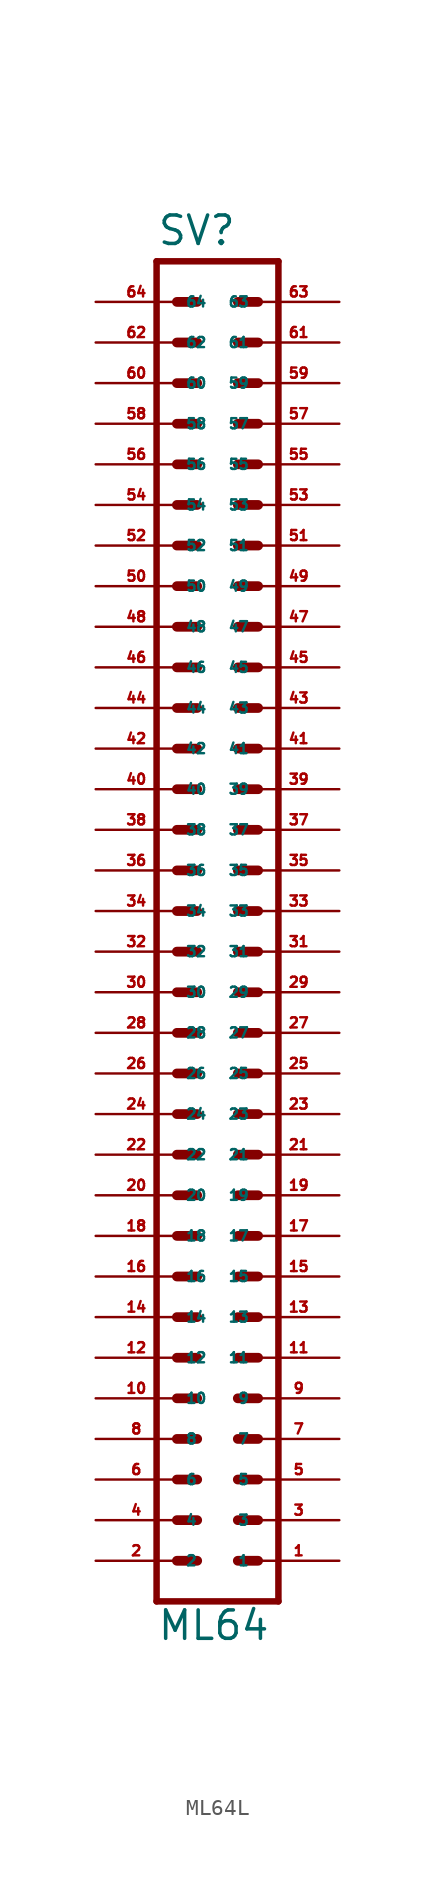
<source format=kicad_sym>
(kicad_symbol_lib
  (version 20220914)
  (generator Eagle2Kicad)
  (symbol "ML64L"
    (property "Reference" "SV"
      (at -3.81 44.069 0)
      (effects (font (size 1.778 1.778) (thickness 0.22)) (justify left bottom)))
    (property "Value" "ML64"
      (at -3.81 -43.18 0)
      (effects (font (size 1.778 1.778) (thickness 0.22)) (justify left bottom)))
    (polyline
      (pts (xy 3.81 -40.64) (xy -3.81 -40.64))
      (stroke (width 0.406) (type default))
      (fill (type none)))
    (polyline
      (pts (xy -3.81 43.18) (xy -3.81 -40.64))
      (stroke (width 0.406) (type default))
      (fill (type none)))
    (polyline
      (pts (xy -3.81 43.18) (xy 3.81 43.18))
      (stroke (width 0.406) (type default))
      (fill (type none)))
    (polyline
      (pts (xy 3.81 -40.64) (xy 3.81 43.18))
      (stroke (width 0.406) (type default))
      (fill (type none)))
    (polyline
      (pts (xy 1.27 -27.94) (xy 2.54 -27.94))
      (stroke (width 0.61) (type default))
      (fill (type none)))
    (polyline
      (pts (xy 1.27 -30.48) (xy 2.54 -30.48))
      (stroke (width 0.61) (type default))
      (fill (type none)))
    (polyline
      (pts (xy 1.27 -33.02) (xy 2.54 -33.02))
      (stroke (width 0.61) (type default))
      (fill (type none)))
    (polyline
      (pts (xy 1.27 -35.56) (xy 2.54 -35.56))
      (stroke (width 0.61) (type default))
      (fill (type none)))
    (polyline
      (pts (xy 1.27 -38.1) (xy 2.54 -38.1))
      (stroke (width 0.61) (type default))
      (fill (type none)))
    (polyline
      (pts (xy -2.54 -27.94) (xy -1.27 -27.94))
      (stroke (width 0.61) (type default))
      (fill (type none)))
    (polyline
      (pts (xy -2.54 -30.48) (xy -1.27 -30.48))
      (stroke (width 0.61) (type default))
      (fill (type none)))
    (polyline
      (pts (xy -2.54 -33.02) (xy -1.27 -33.02))
      (stroke (width 0.61) (type default))
      (fill (type none)))
    (polyline
      (pts (xy -2.54 -35.56) (xy -1.27 -35.56))
      (stroke (width 0.61) (type default))
      (fill (type none)))
    (polyline
      (pts (xy -2.54 -38.1) (xy -1.27 -38.1))
      (stroke (width 0.61) (type default))
      (fill (type none)))
    (polyline
      (pts (xy 1.27 -25.4) (xy 2.54 -25.4))
      (stroke (width 0.61) (type default))
      (fill (type none)))
    (polyline
      (pts (xy 1.27 -22.86) (xy 2.54 -22.86))
      (stroke (width 0.61) (type default))
      (fill (type none)))
    (polyline
      (pts (xy 1.27 -20.32) (xy 2.54 -20.32))
      (stroke (width 0.61) (type default))
      (fill (type none)))
    (polyline
      (pts (xy 1.27 -17.78) (xy 2.54 -17.78))
      (stroke (width 0.61) (type default))
      (fill (type none)))
    (polyline
      (pts (xy 1.27 -15.24) (xy 2.54 -15.24))
      (stroke (width 0.61) (type default))
      (fill (type none)))
    (polyline
      (pts (xy -2.54 -25.4) (xy -1.27 -25.4))
      (stroke (width 0.61) (type default))
      (fill (type none)))
    (polyline
      (pts (xy -2.54 -22.86) (xy -1.27 -22.86))
      (stroke (width 0.61) (type default))
      (fill (type none)))
    (polyline
      (pts (xy -2.54 -20.32) (xy -1.27 -20.32))
      (stroke (width 0.61) (type default))
      (fill (type none)))
    (polyline
      (pts (xy -2.54 -17.78) (xy -1.27 -17.78))
      (stroke (width 0.61) (type default))
      (fill (type none)))
    (polyline
      (pts (xy -2.54 -15.24) (xy -1.27 -15.24))
      (stroke (width 0.61) (type default))
      (fill (type none)))
    (polyline
      (pts (xy 1.27 -12.7) (xy 2.54 -12.7))
      (stroke (width 0.61) (type default))
      (fill (type none)))
    (polyline
      (pts (xy 1.27 -10.16) (xy 2.54 -10.16))
      (stroke (width 0.61) (type default))
      (fill (type none)))
    (polyline
      (pts (xy 1.27 -7.62) (xy 2.54 -7.62))
      (stroke (width 0.61) (type default))
      (fill (type none)))
    (polyline
      (pts (xy -2.54 -12.7) (xy -1.27 -12.7))
      (stroke (width 0.61) (type default))
      (fill (type none)))
    (polyline
      (pts (xy -2.54 -10.16) (xy -1.27 -10.16))
      (stroke (width 0.61) (type default))
      (fill (type none)))
    (polyline
      (pts (xy -2.54 -7.62) (xy -1.27 -7.62))
      (stroke (width 0.61) (type default))
      (fill (type none)))
    (polyline
      (pts (xy 1.27 -5.08) (xy 2.54 -5.08))
      (stroke (width 0.61) (type default))
      (fill (type none)))
    (polyline
      (pts (xy 1.27 -2.54) (xy 2.54 -2.54))
      (stroke (width 0.61) (type default))
      (fill (type none)))
    (polyline
      (pts (xy 1.27 0) (xy 2.54 0))
      (stroke (width 0.61) (type default))
      (fill (type none)))
    (polyline
      (pts (xy 1.27 2.54) (xy 2.54 2.54))
      (stroke (width 0.61) (type default))
      (fill (type none)))
    (polyline
      (pts (xy 1.27 5.08) (xy 2.54 5.08))
      (stroke (width 0.61) (type default))
      (fill (type none)))
    (polyline
      (pts (xy 1.27 7.62) (xy 2.54 7.62))
      (stroke (width 0.61) (type default))
      (fill (type none)))
    (polyline
      (pts (xy 1.27 10.16) (xy 2.54 10.16))
      (stroke (width 0.61) (type default))
      (fill (type none)))
    (polyline
      (pts (xy -2.54 -5.08) (xy -1.27 -5.08))
      (stroke (width 0.61) (type default))
      (fill (type none)))
    (polyline
      (pts (xy -2.54 -2.54) (xy -1.27 -2.54))
      (stroke (width 0.61) (type default))
      (fill (type none)))
    (polyline
      (pts (xy -2.54 0) (xy -1.27 0))
      (stroke (width 0.61) (type default))
      (fill (type none)))
    (polyline
      (pts (xy -2.54 2.54) (xy -1.27 2.54))
      (stroke (width 0.61) (type default))
      (fill (type none)))
    (polyline
      (pts (xy -2.54 5.08) (xy -1.27 5.08))
      (stroke (width 0.61) (type default))
      (fill (type none)))
    (polyline
      (pts (xy -2.54 7.62) (xy -1.27 7.62))
      (stroke (width 0.61) (type default))
      (fill (type none)))
    (polyline
      (pts (xy -2.54 10.16) (xy -1.27 10.16))
      (stroke (width 0.61) (type default))
      (fill (type none)))
    (polyline
      (pts (xy -2.54 12.7) (xy -1.27 12.7))
      (stroke (width 0.61) (type default))
      (fill (type none)))
    (polyline
      (pts (xy -2.54 15.24) (xy -1.27 15.24))
      (stroke (width 0.61) (type default))
      (fill (type none)))
    (polyline
      (pts (xy -2.54 17.78) (xy -1.27 17.78))
      (stroke (width 0.61) (type default))
      (fill (type none)))
    (polyline
      (pts (xy 1.27 12.7) (xy 2.54 12.7))
      (stroke (width 0.61) (type default))
      (fill (type none)))
    (polyline
      (pts (xy 1.27 15.24) (xy 2.54 15.24))
      (stroke (width 0.61) (type default))
      (fill (type none)))
    (polyline
      (pts (xy 1.27 17.78) (xy 2.54 17.78))
      (stroke (width 0.61) (type default))
      (fill (type none)))
    (polyline
      (pts (xy -2.54 20.32) (xy -1.27 20.32))
      (stroke (width 0.61) (type default))
      (fill (type none)))
    (polyline
      (pts (xy -2.54 22.86) (xy -1.27 22.86))
      (stroke (width 0.61) (type default))
      (fill (type none)))
    (polyline
      (pts (xy 1.27 20.32) (xy 2.54 20.32))
      (stroke (width 0.61) (type default))
      (fill (type none)))
    (polyline
      (pts (xy 1.27 22.86) (xy 2.54 22.86))
      (stroke (width 0.61) (type default))
      (fill (type none)))
    (polyline
      (pts (xy -2.54 25.4) (xy -1.27 25.4))
      (stroke (width 0.61) (type default))
      (fill (type none)))
    (polyline
      (pts (xy -2.54 27.94) (xy -1.27 27.94))
      (stroke (width 0.61) (type default))
      (fill (type none)))
    (polyline
      (pts (xy -2.54 30.48) (xy -1.27 30.48))
      (stroke (width 0.61) (type default))
      (fill (type none)))
    (polyline
      (pts (xy -2.54 33.02) (xy -1.27 33.02))
      (stroke (width 0.61) (type default))
      (fill (type none)))
    (polyline
      (pts (xy -2.54 35.56) (xy -1.27 35.56))
      (stroke (width 0.61) (type default))
      (fill (type none)))
    (polyline
      (pts (xy -2.54 38.1) (xy -1.27 38.1))
      (stroke (width 0.61) (type default))
      (fill (type none)))
    (polyline
      (pts (xy -2.54 40.64) (xy -1.27 40.64))
      (stroke (width 0.61) (type default))
      (fill (type none)))
    (polyline
      (pts (xy 1.27 25.4) (xy 2.54 25.4))
      (stroke (width 0.61) (type default))
      (fill (type none)))
    (polyline
      (pts (xy 1.27 27.94) (xy 2.54 27.94))
      (stroke (width 0.61) (type default))
      (fill (type none)))
    (polyline
      (pts (xy 1.27 30.48) (xy 2.54 30.48))
      (stroke (width 0.61) (type default))
      (fill (type none)))
    (polyline
      (pts (xy 1.27 33.02) (xy 2.54 33.02))
      (stroke (width 0.61) (type default))
      (fill (type none)))
    (polyline
      (pts (xy 1.27 35.56) (xy 2.54 35.56))
      (stroke (width 0.61) (type default))
      (fill (type none)))
    (polyline
      (pts (xy 1.27 38.1) (xy 2.54 38.1))
      (stroke (width 0.61) (type default))
      (fill (type none)))
    (polyline
      (pts (xy 1.27 40.64) (xy 2.54 40.64))
      (stroke (width 0.61) (type default))
      (fill (type none)))
    (pin passive line
      (at 7.62 -38.1 180)
      (length 5.08)
      (name "1" (effects (font (size 0.635 0.635) (thickness 0.08)) (justify left bottom)))
      (number "1" (effects (font (size 0.635 0.635) (thickness 0.08)) (justify left bottom))))
    (pin passive line
      (at 7.62 -35.56 180)
      (length 5.08)
      (name "3" (effects (font (size 0.635 0.635) (thickness 0.08)) (justify left bottom)))
      (number "3" (effects (font (size 0.635 0.635) (thickness 0.08)) (justify left bottom))))
    (pin passive line
      (at 7.62 -33.02 180)
      (length 5.08)
      (name "5" (effects (font (size 0.635 0.635) (thickness 0.08)) (justify left bottom)))
      (number "5" (effects (font (size 0.635 0.635) (thickness 0.08)) (justify left bottom))))
    (pin passive line
      (at 7.62 -30.48 180)
      (length 5.08)
      (name "7" (effects (font (size 0.635 0.635) (thickness 0.08)) (justify left bottom)))
      (number "7" (effects (font (size 0.635 0.635) (thickness 0.08)) (justify left bottom))))
    (pin passive line
      (at 7.62 -27.94 180)
      (length 5.08)
      (name "9" (effects (font (size 0.635 0.635) (thickness 0.08)) (justify left bottom)))
      (number "9" (effects (font (size 0.635 0.635) (thickness 0.08)) (justify left bottom))))
    (pin passive line
      (at 7.62 -25.4 180)
      (length 5.08)
      (name "11" (effects (font (size 0.635 0.635) (thickness 0.08)) (justify left bottom)))
      (number "11" (effects (font (size 0.635 0.635) (thickness 0.08)) (justify left bottom))))
    (pin passive line
      (at 7.62 -22.86 180)
      (length 5.08)
      (name "13" (effects (font (size 0.635 0.635) (thickness 0.08)) (justify left bottom)))
      (number "13" (effects (font (size 0.635 0.635) (thickness 0.08)) (justify left bottom))))
    (pin passive line
      (at 7.62 -20.32 180)
      (length 5.08)
      (name "15" (effects (font (size 0.635 0.635) (thickness 0.08)) (justify left bottom)))
      (number "15" (effects (font (size 0.635 0.635) (thickness 0.08)) (justify left bottom))))
    (pin passive line
      (at 7.62 -17.78 180)
      (length 5.08)
      (name "17" (effects (font (size 0.635 0.635) (thickness 0.08)) (justify left bottom)))
      (number "17" (effects (font (size 0.635 0.635) (thickness 0.08)) (justify left bottom))))
    (pin passive line
      (at 7.62 -15.24 180)
      (length 5.08)
      (name "19" (effects (font (size 0.635 0.635) (thickness 0.08)) (justify left bottom)))
      (number "19" (effects (font (size 0.635 0.635) (thickness 0.08)) (justify left bottom))))
    (pin passive line
      (at 7.62 -12.7 180)
      (length 5.08)
      (name "21" (effects (font (size 0.635 0.635) (thickness 0.08)) (justify left bottom)))
      (number "21" (effects (font (size 0.635 0.635) (thickness 0.08)) (justify left bottom))))
    (pin passive line
      (at 7.62 -10.16 180)
      (length 5.08)
      (name "23" (effects (font (size 0.635 0.635) (thickness 0.08)) (justify left bottom)))
      (number "23" (effects (font (size 0.635 0.635) (thickness 0.08)) (justify left bottom))))
    (pin passive line
      (at 7.62 -7.62 180)
      (length 5.08)
      (name "25" (effects (font (size 0.635 0.635) (thickness 0.08)) (justify left bottom)))
      (number "25" (effects (font (size 0.635 0.635) (thickness 0.08)) (justify left bottom))))
    (pin passive line
      (at 7.62 -5.08 180)
      (length 5.08)
      (name "27" (effects (font (size 0.635 0.635) (thickness 0.08)) (justify left bottom)))
      (number "27" (effects (font (size 0.635 0.635) (thickness 0.08)) (justify left bottom))))
    (pin passive line
      (at 7.62 -2.54 180)
      (length 5.08)
      (name "29" (effects (font (size 0.635 0.635) (thickness 0.08)) (justify left bottom)))
      (number "29" (effects (font (size 0.635 0.635) (thickness 0.08)) (justify left bottom))))
    (pin passive line
      (at 7.62 0 180)
      (length 5.08)
      (name "31" (effects (font (size 0.635 0.635) (thickness 0.08)) (justify left bottom)))
      (number "31" (effects (font (size 0.635 0.635) (thickness 0.08)) (justify left bottom))))
    (pin passive line
      (at 7.62 2.54 180)
      (length 5.08)
      (name "33" (effects (font (size 0.635 0.635) (thickness 0.08)) (justify left bottom)))
      (number "33" (effects (font (size 0.635 0.635) (thickness 0.08)) (justify left bottom))))
    (pin passive line
      (at 7.62 5.08 180)
      (length 5.08)
      (name "35" (effects (font (size 0.635 0.635) (thickness 0.08)) (justify left bottom)))
      (number "35" (effects (font (size 0.635 0.635) (thickness 0.08)) (justify left bottom))))
    (pin passive line
      (at 7.62 7.62 180)
      (length 5.08)
      (name "37" (effects (font (size 0.635 0.635) (thickness 0.08)) (justify left bottom)))
      (number "37" (effects (font (size 0.635 0.635) (thickness 0.08)) (justify left bottom))))
    (pin passive line
      (at 7.62 10.16 180)
      (length 5.08)
      (name "39" (effects (font (size 0.635 0.635) (thickness 0.08)) (justify left bottom)))
      (number "39" (effects (font (size 0.635 0.635) (thickness 0.08)) (justify left bottom))))
    (pin passive line
      (at -7.62 -38.1 0)
      (length 5.08)
      (name "2" (effects (font (size 0.635 0.635) (thickness 0.08)) (justify left bottom)))
      (number "2" (effects (font (size 0.635 0.635) (thickness 0.08)) (justify left bottom))))
    (pin passive line
      (at -7.62 -35.56 0)
      (length 5.08)
      (name "4" (effects (font (size 0.635 0.635) (thickness 0.08)) (justify left bottom)))
      (number "4" (effects (font (size 0.635 0.635) (thickness 0.08)) (justify left bottom))))
    (pin passive line
      (at -7.62 -33.02 0)
      (length 5.08)
      (name "6" (effects (font (size 0.635 0.635) (thickness 0.08)) (justify left bottom)))
      (number "6" (effects (font (size 0.635 0.635) (thickness 0.08)) (justify left bottom))))
    (pin passive line
      (at -7.62 -30.48 0)
      (length 5.08)
      (name "8" (effects (font (size 0.635 0.635) (thickness 0.08)) (justify left bottom)))
      (number "8" (effects (font (size 0.635 0.635) (thickness 0.08)) (justify left bottom))))
    (pin passive line
      (at -7.62 -27.94 0)
      (length 5.08)
      (name "10" (effects (font (size 0.635 0.635) (thickness 0.08)) (justify left bottom)))
      (number "10" (effects (font (size 0.635 0.635) (thickness 0.08)) (justify left bottom))))
    (pin passive line
      (at -7.62 -25.4 0)
      (length 5.08)
      (name "12" (effects (font (size 0.635 0.635) (thickness 0.08)) (justify left bottom)))
      (number "12" (effects (font (size 0.635 0.635) (thickness 0.08)) (justify left bottom))))
    (pin passive line
      (at -7.62 -22.86 0)
      (length 5.08)
      (name "14" (effects (font (size 0.635 0.635) (thickness 0.08)) (justify left bottom)))
      (number "14" (effects (font (size 0.635 0.635) (thickness 0.08)) (justify left bottom))))
    (pin passive line
      (at -7.62 -20.32 0)
      (length 5.08)
      (name "16" (effects (font (size 0.635 0.635) (thickness 0.08)) (justify left bottom)))
      (number "16" (effects (font (size 0.635 0.635) (thickness 0.08)) (justify left bottom))))
    (pin passive line
      (at -7.62 -17.78 0)
      (length 5.08)
      (name "18" (effects (font (size 0.635 0.635) (thickness 0.08)) (justify left bottom)))
      (number "18" (effects (font (size 0.635 0.635) (thickness 0.08)) (justify left bottom))))
    (pin passive line
      (at -7.62 -15.24 0)
      (length 5.08)
      (name "20" (effects (font (size 0.635 0.635) (thickness 0.08)) (justify left bottom)))
      (number "20" (effects (font (size 0.635 0.635) (thickness 0.08)) (justify left bottom))))
    (pin passive line
      (at -7.62 -12.7 0)
      (length 5.08)
      (name "22" (effects (font (size 0.635 0.635) (thickness 0.08)) (justify left bottom)))
      (number "22" (effects (font (size 0.635 0.635) (thickness 0.08)) (justify left bottom))))
    (pin passive line
      (at -7.62 -10.16 0)
      (length 5.08)
      (name "24" (effects (font (size 0.635 0.635) (thickness 0.08)) (justify left bottom)))
      (number "24" (effects (font (size 0.635 0.635) (thickness 0.08)) (justify left bottom))))
    (pin passive line
      (at -7.62 -7.62 0)
      (length 5.08)
      (name "26" (effects (font (size 0.635 0.635) (thickness 0.08)) (justify left bottom)))
      (number "26" (effects (font (size 0.635 0.635) (thickness 0.08)) (justify left bottom))))
    (pin passive line
      (at -7.62 -5.08 0)
      (length 5.08)
      (name "28" (effects (font (size 0.635 0.635) (thickness 0.08)) (justify left bottom)))
      (number "28" (effects (font (size 0.635 0.635) (thickness 0.08)) (justify left bottom))))
    (pin passive line
      (at -7.62 -2.54 0)
      (length 5.08)
      (name "30" (effects (font (size 0.635 0.635) (thickness 0.08)) (justify left bottom)))
      (number "30" (effects (font (size 0.635 0.635) (thickness 0.08)) (justify left bottom))))
    (pin passive line
      (at -7.62 0 0)
      (length 5.08)
      (name "32" (effects (font (size 0.635 0.635) (thickness 0.08)) (justify left bottom)))
      (number "32" (effects (font (size 0.635 0.635) (thickness 0.08)) (justify left bottom))))
    (pin passive line
      (at -7.62 2.54 0)
      (length 5.08)
      (name "34" (effects (font (size 0.635 0.635) (thickness 0.08)) (justify left bottom)))
      (number "34" (effects (font (size 0.635 0.635) (thickness 0.08)) (justify left bottom))))
    (pin passive line
      (at -7.62 5.08 0)
      (length 5.08)
      (name "36" (effects (font (size 0.635 0.635) (thickness 0.08)) (justify left bottom)))
      (number "36" (effects (font (size 0.635 0.635) (thickness 0.08)) (justify left bottom))))
    (pin passive line
      (at -7.62 7.62 0)
      (length 5.08)
      (name "38" (effects (font (size 0.635 0.635) (thickness 0.08)) (justify left bottom)))
      (number "38" (effects (font (size 0.635 0.635) (thickness 0.08)) (justify left bottom))))
    (pin passive line
      (at -7.62 10.16 0)
      (length 5.08)
      (name "40" (effects (font (size 0.635 0.635) (thickness 0.08)) (justify left bottom)))
      (number "40" (effects (font (size 0.635 0.635) (thickness 0.08)) (justify left bottom))))
    (pin passive line
      (at 7.62 12.7 180)
      (length 5.08)
      (name "41" (effects (font (size 0.635 0.635) (thickness 0.08)) (justify left bottom)))
      (number "41" (effects (font (size 0.635 0.635) (thickness 0.08)) (justify left bottom))))
    (pin passive line
      (at 7.62 15.24 180)
      (length 5.08)
      (name "43" (effects (font (size 0.635 0.635) (thickness 0.08)) (justify left bottom)))
      (number "43" (effects (font (size 0.635 0.635) (thickness 0.08)) (justify left bottom))))
    (pin passive line
      (at 7.62 17.78 180)
      (length 5.08)
      (name "45" (effects (font (size 0.635 0.635) (thickness 0.08)) (justify left bottom)))
      (number "45" (effects (font (size 0.635 0.635) (thickness 0.08)) (justify left bottom))))
    (pin passive line
      (at 7.62 20.32 180)
      (length 5.08)
      (name "47" (effects (font (size 0.635 0.635) (thickness 0.08)) (justify left bottom)))
      (number "47" (effects (font (size 0.635 0.635) (thickness 0.08)) (justify left bottom))))
    (pin passive line
      (at 7.62 22.86 180)
      (length 5.08)
      (name "49" (effects (font (size 0.635 0.635) (thickness 0.08)) (justify left bottom)))
      (number "49" (effects (font (size 0.635 0.635) (thickness 0.08)) (justify left bottom))))
    (pin passive line
      (at -7.62 12.7 0)
      (length 5.08)
      (name "42" (effects (font (size 0.635 0.635) (thickness 0.08)) (justify left bottom)))
      (number "42" (effects (font (size 0.635 0.635) (thickness 0.08)) (justify left bottom))))
    (pin passive line
      (at -7.62 15.24 0)
      (length 5.08)
      (name "44" (effects (font (size 0.635 0.635) (thickness 0.08)) (justify left bottom)))
      (number "44" (effects (font (size 0.635 0.635) (thickness 0.08)) (justify left bottom))))
    (pin passive line
      (at -7.62 17.78 0)
      (length 5.08)
      (name "46" (effects (font (size 0.635 0.635) (thickness 0.08)) (justify left bottom)))
      (number "46" (effects (font (size 0.635 0.635) (thickness 0.08)) (justify left bottom))))
    (pin passive line
      (at -7.62 20.32 0)
      (length 5.08)
      (name "48" (effects (font (size 0.635 0.635) (thickness 0.08)) (justify left bottom)))
      (number "48" (effects (font (size 0.635 0.635) (thickness 0.08)) (justify left bottom))))
    (pin passive line
      (at -7.62 22.86 0)
      (length 5.08)
      (name "50" (effects (font (size 0.635 0.635) (thickness 0.08)) (justify left bottom)))
      (number "50" (effects (font (size 0.635 0.635) (thickness 0.08)) (justify left bottom))))
    (pin passive line
      (at 7.62 25.4 180)
      (length 5.08)
      (name "51" (effects (font (size 0.635 0.635) (thickness 0.08)) (justify left bottom)))
      (number "51" (effects (font (size 0.635 0.635) (thickness 0.08)) (justify left bottom))))
    (pin passive line
      (at 7.62 27.94 180)
      (length 5.08)
      (name "53" (effects (font (size 0.635 0.635) (thickness 0.08)) (justify left bottom)))
      (number "53" (effects (font (size 0.635 0.635) (thickness 0.08)) (justify left bottom))))
    (pin passive line
      (at 7.62 30.48 180)
      (length 5.08)
      (name "55" (effects (font (size 0.635 0.635) (thickness 0.08)) (justify left bottom)))
      (number "55" (effects (font (size 0.635 0.635) (thickness 0.08)) (justify left bottom))))
    (pin passive line
      (at 7.62 33.02 180)
      (length 5.08)
      (name "57" (effects (font (size 0.635 0.635) (thickness 0.08)) (justify left bottom)))
      (number "57" (effects (font (size 0.635 0.635) (thickness 0.08)) (justify left bottom))))
    (pin passive line
      (at 7.62 35.56 180)
      (length 5.08)
      (name "59" (effects (font (size 0.635 0.635) (thickness 0.08)) (justify left bottom)))
      (number "59" (effects (font (size 0.635 0.635) (thickness 0.08)) (justify left bottom))))
    (pin passive line
      (at 7.62 38.1 180)
      (length 5.08)
      (name "61" (effects (font (size 0.635 0.635) (thickness 0.08)) (justify left bottom)))
      (number "61" (effects (font (size 0.635 0.635) (thickness 0.08)) (justify left bottom))))
    (pin passive line
      (at 7.62 40.64 180)
      (length 5.08)
      (name "63" (effects (font (size 0.635 0.635) (thickness 0.08)) (justify left bottom)))
      (number "63" (effects (font (size 0.635 0.635) (thickness 0.08)) (justify left bottom))))
    (pin passive line
      (at -7.62 25.4 0)
      (length 5.08)
      (name "52" (effects (font (size 0.635 0.635) (thickness 0.08)) (justify left bottom)))
      (number "52" (effects (font (size 0.635 0.635) (thickness 0.08)) (justify left bottom))))
    (pin passive line
      (at -7.62 27.94 0)
      (length 5.08)
      (name "54" (effects (font (size 0.635 0.635) (thickness 0.08)) (justify left bottom)))
      (number "54" (effects (font (size 0.635 0.635) (thickness 0.08)) (justify left bottom))))
    (pin passive line
      (at -7.62 30.48 0)
      (length 5.08)
      (name "56" (effects (font (size 0.635 0.635) (thickness 0.08)) (justify left bottom)))
      (number "56" (effects (font (size 0.635 0.635) (thickness 0.08)) (justify left bottom))))
    (pin passive line
      (at -7.62 33.02 0)
      (length 5.08)
      (name "58" (effects (font (size 0.635 0.635) (thickness 0.08)) (justify left bottom)))
      (number "58" (effects (font (size 0.635 0.635) (thickness 0.08)) (justify left bottom))))
    (pin passive line
      (at -7.62 35.56 0)
      (length 5.08)
      (name "60" (effects (font (size 0.635 0.635) (thickness 0.08)) (justify left bottom)))
      (number "60" (effects (font (size 0.635 0.635) (thickness 0.08)) (justify left bottom))))
    (pin passive line
      (at -7.62 38.1 0)
      (length 5.08)
      (name "62" (effects (font (size 0.635 0.635) (thickness 0.08)) (justify left bottom)))
      (number "62" (effects (font (size 0.635 0.635) (thickness 0.08)) (justify left bottom))))
    (pin passive line
      (at -7.62 40.64 0)
      (length 5.08)
      (name "64" (effects (font (size 0.635 0.635) (thickness 0.08)) (justify left bottom)))
      (number "64" (effects (font (size 0.635 0.635) (thickness 0.08)) (justify left bottom))))))
</source>
